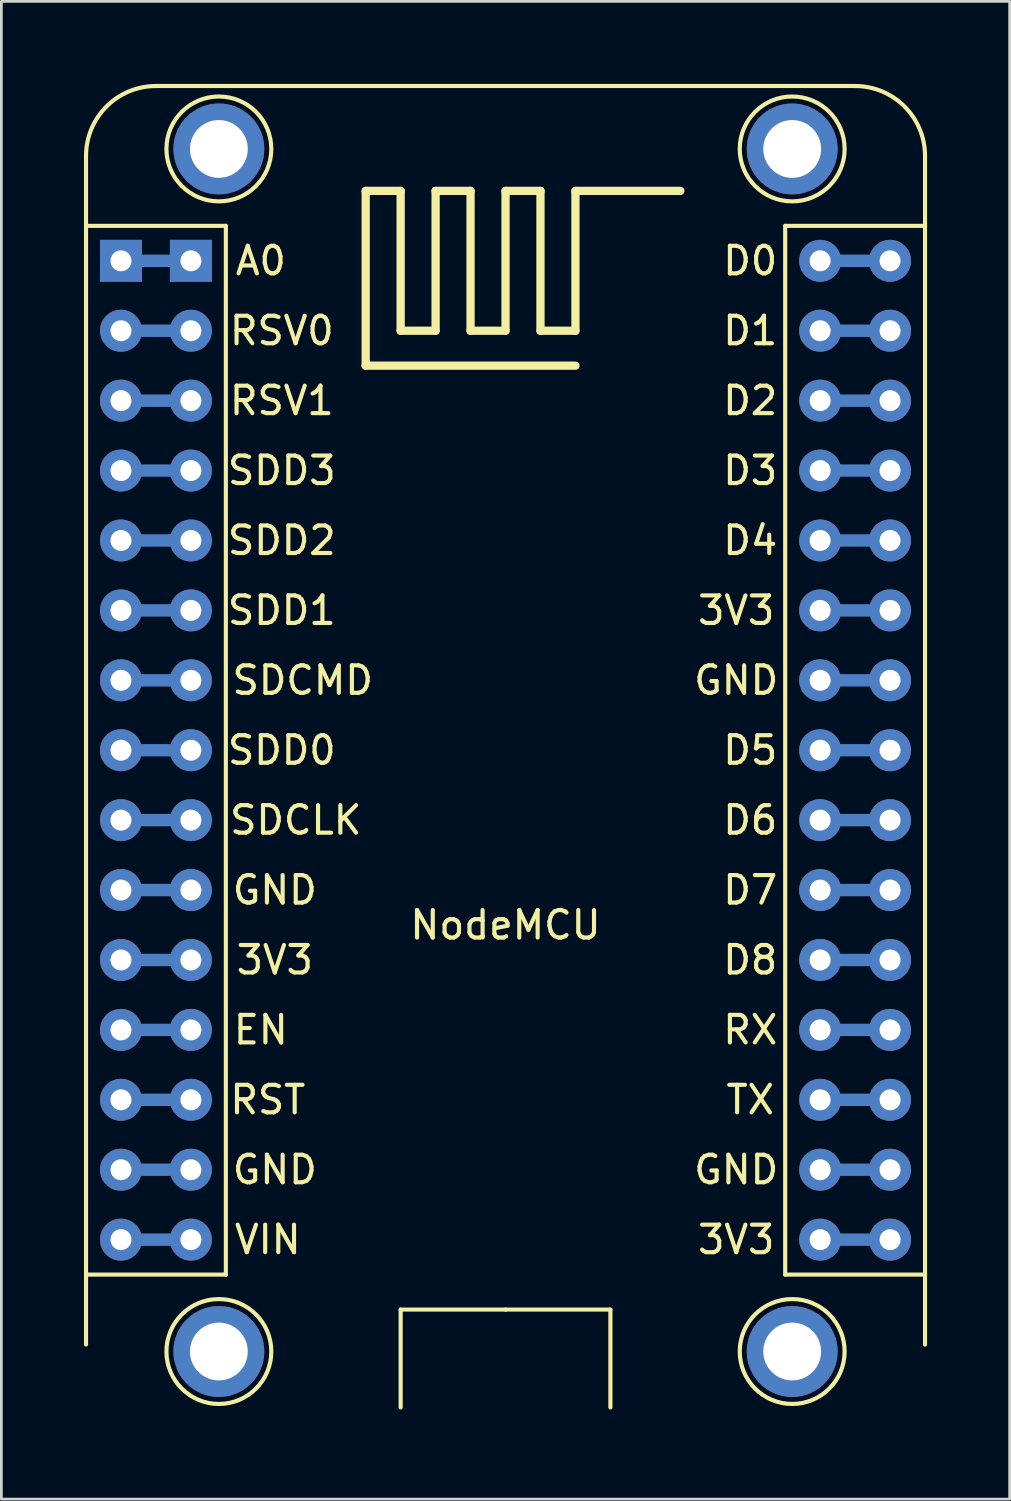
<source format=kicad_pcb>
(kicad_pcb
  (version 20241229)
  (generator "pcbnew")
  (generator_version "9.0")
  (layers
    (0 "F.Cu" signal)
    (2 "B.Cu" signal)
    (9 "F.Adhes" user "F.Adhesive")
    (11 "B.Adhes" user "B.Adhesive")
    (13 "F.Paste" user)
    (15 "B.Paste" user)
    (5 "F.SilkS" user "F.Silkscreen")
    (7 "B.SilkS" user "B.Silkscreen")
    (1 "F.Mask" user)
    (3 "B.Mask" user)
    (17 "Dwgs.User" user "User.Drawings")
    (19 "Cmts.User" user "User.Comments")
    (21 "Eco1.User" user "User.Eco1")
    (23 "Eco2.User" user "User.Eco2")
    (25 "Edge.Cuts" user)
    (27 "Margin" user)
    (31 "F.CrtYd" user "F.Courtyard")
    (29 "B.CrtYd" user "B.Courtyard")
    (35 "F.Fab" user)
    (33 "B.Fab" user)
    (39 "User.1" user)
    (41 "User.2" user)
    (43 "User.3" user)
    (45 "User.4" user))
  (footprint "NodeMCU"
    (layer "F.Cu")
    (at 15.315 25.475)
    (property "Reference" "NodeMCU" (at 0 5.08 0) (layer "F.SilkS") (effects (font (size 1 1) (thickness 0.15))))
    (attr through_hole)
    (fp_line (start -13.335 -19.05) (end -12.065 -19.05) (stroke (width 0.45) (type solid)) (layer "B.Cu"))
    (fp_line (start -13.335 -16.51) (end -12.065 -16.51) (stroke (width 0.45) (type solid)) (layer "B.Cu"))
    (fp_line (start -13.335 -13.97) (end -12.065 -13.97) (stroke (width 0.45) (type solid)) (layer "B.Cu"))
    (fp_line (start -13.335 -11.43) (end -12.065 -11.43) (stroke (width 0.45) (type solid)) (layer "B.Cu"))
    (fp_line (start -13.335 -8.89) (end -12.065 -8.89) (stroke (width 0.45) (type solid)) (layer "B.Cu"))
    (fp_line (start -13.335 -6.35) (end -12.065 -6.35) (stroke (width 0.45) (type solid)) (layer "B.Cu"))
    (fp_line (start -13.335 -3.81) (end -12.065 -3.81) (stroke (width 0.45) (type solid)) (layer "B.Cu"))
    (fp_line (start -13.335 -1.27) (end -12.065 -1.27) (stroke (width 0.45) (type solid)) (layer "B.Cu"))
    (fp_line (start -13.335 1.27) (end -12.065 1.27) (stroke (width 0.45) (type solid)) (layer "B.Cu"))
    (fp_line (start -13.335 3.81) (end -12.065 3.81) (stroke (width 0.45) (type solid)) (layer "B.Cu"))
    (fp_line (start -13.335 6.35) (end -12.065 6.35) (stroke (width 0.45) (type solid)) (layer "B.Cu"))
    (fp_line (start -13.335 8.89) (end -12.065 8.89) (stroke (width 0.45) (type solid)) (layer "B.Cu"))
    (fp_line (start -13.335 11.43) (end -12.065 11.43) (stroke (width 0.45) (type solid)) (layer "B.Cu"))
    (fp_line (start -13.335 13.97) (end -12.065 13.97) (stroke (width 0.45) (type solid)) (layer "B.Cu"))
    (fp_line (start -13.335 16.51) (end -12.065 16.51) (stroke (width 0.45) (type solid)) (layer "B.Cu"))
    (fp_line (start 12.065 -19.05) (end 13.335 -19.05) (stroke (width 0.45) (type solid)) (layer "B.Cu"))
    (fp_line (start 12.065 -16.51) (end 13.335 -16.51) (stroke (width 0.45) (type solid)) (layer "B.Cu"))
    (fp_line (start 12.065 -13.97) (end 13.335 -13.97) (stroke (width 0.45) (type solid)) (layer "B.Cu"))
    (fp_line (start 12.065 -11.43) (end 13.335 -11.43) (stroke (width 0.45) (type solid)) (layer "B.Cu"))
    (fp_line (start 12.065 -8.89) (end 13.335 -8.89) (stroke (width 0.45) (type solid)) (layer "B.Cu"))
    (fp_line (start 12.065 -6.35) (end 13.335 -6.35) (stroke (width 0.45) (type solid)) (layer "B.Cu"))
    (fp_line (start 12.065 -3.81) (end 13.335 -3.81) (stroke (width 0.45) (type solid)) (layer "B.Cu"))
    (fp_line (start 12.065 -1.27) (end 13.335 -1.27) (stroke (width 0.45) (type solid)) (layer "B.Cu"))
    (fp_line (start 12.065 1.27) (end 13.335 1.27) (stroke (width 0.45) (type solid)) (layer "B.Cu"))
    (fp_line (start 12.065 3.81) (end 13.335 3.81) (stroke (width 0.45) (type solid)) (layer "B.Cu"))
    (fp_line (start 12.065 6.35) (end 13.335 6.35) (stroke (width 0.45) (type solid)) (layer "B.Cu"))
    (fp_line (start 12.065 8.89) (end 13.335 8.89) (stroke (width 0.45) (type solid)) (layer "B.Cu"))
    (fp_line (start 12.065 11.43) (end 13.335 11.43) (stroke (width 0.45) (type solid)) (layer "B.Cu"))
    (fp_line (start 12.065 13.97) (end 13.335 13.97) (stroke (width 0.45) (type solid)) (layer "B.Cu"))
    (fp_line (start 12.065 16.51) (end 13.335 16.51) (stroke (width 0.45) (type solid)) (layer "B.Cu"))
    (fp_line (start -15.24 -22.86) (end -15.24 -20.32) (stroke (width 0.15) (type solid)) (layer "F.SilkS"))
    (fp_line (start -15.24 -20.32) (end -15.24 17.78) (stroke (width 0.15) (type solid)) (layer "F.SilkS"))
    (fp_line (start -15.24 17.78) (end -10.16 17.78) (stroke (width 0.15) (type solid)) (layer "F.SilkS"))
    (fp_line (start -15.24 20.32) (end -15.24 17.78) (stroke (width 0.15) (type solid)) (layer "F.SilkS"))
    (fp_line (start -10.16 -20.32) (end -15.24 -20.32) (stroke (width 0.15) (type solid)) (layer "F.SilkS"))
    (fp_line (start -10.16 17.78) (end -10.16 -20.32) (stroke (width 0.15) (type solid)) (layer "F.SilkS"))
    (fp_line (start -5.08 -21.59) (end -5.08 -15.24) (stroke (width 0.3) (type solid)) (layer "F.SilkS"))
    (fp_line (start -5.08 -15.24) (end 2.54 -15.24) (stroke (width 0.3) (type solid)) (layer "F.SilkS"))
    (fp_line (start -3.81 -21.59) (end -5.08 -21.59) (stroke (width 0.3) (type solid)) (layer "F.SilkS"))
    (fp_line (start -3.81 -16.51) (end -3.81 -21.59) (stroke (width 0.3) (type solid)) (layer "F.SilkS"))
    (fp_line (start -3.81 19.05) (end -3.81 22.606) (stroke (width 0.15) (type solid)) (layer "F.SilkS"))
    (fp_line (start -2.54 -21.59) (end -2.54 -16.51) (stroke (width 0.3) (type solid)) (layer "F.SilkS"))
    (fp_line (start -2.54 -16.51) (end -3.81 -16.51) (stroke (width 0.3) (type solid)) (layer "F.SilkS"))
    (fp_line (start -1.27 -21.59) (end -2.54 -21.59) (stroke (width 0.3) (type solid)) (layer "F.SilkS"))
    (fp_line (start -1.27 -16.51) (end -1.27 -21.59) (stroke (width 0.3) (type solid)) (layer "F.SilkS"))
    (fp_line (start 0 -21.59) (end 0 -16.51) (stroke (width 0.3) (type solid)) (layer "F.SilkS"))
    (fp_line (start 0 -16.51) (end -1.27 -16.51) (stroke (width 0.3) (type solid)) (layer "F.SilkS"))
    (fp_line (start 0 19.05) (end -3.81 19.05) (stroke (width 0.15) (type solid)) (layer "F.SilkS"))
    (fp_line (start 0 19.05) (end 3.81 19.05) (stroke (width 0.15) (type solid)) (layer "F.SilkS"))
    (fp_line (start 1.27 -21.59) (end 0 -21.59) (stroke (width 0.3) (type solid)) (layer "F.SilkS"))
    (fp_line (start 1.27 -21.59) (end 1.27 -16.51) (stroke (width 0.3) (type solid)) (layer "F.SilkS"))
    (fp_line (start 1.27 -16.51) (end 2.54 -16.51) (stroke (width 0.3) (type solid)) (layer "F.SilkS"))
    (fp_line (start 2.54 -21.59) (end 6.35 -21.59) (stroke (width 0.3) (type solid)) (layer "F.SilkS"))
    (fp_line (start 2.54 -16.51) (end 2.54 -21.59) (stroke (width 0.3) (type solid)) (layer "F.SilkS"))
    (fp_line (start 3.81 19.05) (end 3.81 22.606) (stroke (width 0.15) (type solid)) (layer "F.SilkS"))
    (fp_line (start 10.16 -20.32) (end 10.16 17.78) (stroke (width 0.15) (type solid)) (layer "F.SilkS"))
    (fp_line (start 10.16 17.78) (end 15.24 17.78) (stroke (width 0.15) (type solid)) (layer "F.SilkS"))
    (fp_line (start 12.7 -25.4) (end -12.7 -25.4) (stroke (width 0.15) (type solid)) (layer "F.SilkS"))
    (fp_line (start 15.24 -22.86) (end 15.24 -20.32) (stroke (width 0.15) (type solid)) (layer "F.SilkS"))
    (fp_line (start 15.24 -20.32) (end 10.16 -20.32) (stroke (width 0.15) (type solid)) (layer "F.SilkS"))
    (fp_line (start 15.24 17.78) (end 15.24 -20.32) (stroke (width 0.15) (type solid)) (layer "F.SilkS"))
    (fp_line (start 15.24 20.32) (end 15.24 17.78) (stroke (width 0.15) (type solid)) (layer "F.SilkS"))
    (fp_arc (start -15.24 -22.86) (mid -14.496051 -24.656051) (end -12.7 -25.4) (stroke (width 0.15) (type solid)) (layer "F.SilkS"))
    (fp_arc (start 12.7 -25.4) (mid 14.496051 -24.656051) (end 15.24 -22.86) (stroke (width 0.15) (type solid)) (layer "F.SilkS"))
    (fp_circle (center -10.414 -23.114) (end -8.509 -23.114) (stroke (width 0.15) (type solid)) (fill no) (layer "F.SilkS"))
    (fp_circle (center -10.414 20.574) (end -8.509 20.574) (stroke (width 0.15) (type solid)) (fill no) (layer "F.SilkS"))
    (fp_circle (center 10.414 -23.114) (end 12.319 -23.114) (stroke (width 0.15) (type solid)) (fill no) (layer "F.SilkS"))
    (fp_circle (center 10.414 20.574) (end 12.319 20.574) (stroke (width 0.15) (type solid)) (fill no) (layer "F.SilkS"))
    (fp_line (start -12.7 22.86) (end 12.7 22.86) (stroke (width 0.15) (type solid)) (layer "Eco1.User"))
    (fp_arc (start -12.7 22.86) (mid -14.496051 22.116051) (end -15.24 20.32) (stroke (width 0.15) (type solid)) (layer "Eco1.User"))
    (fp_arc (start 15.24 20.32) (mid 14.496051 22.116051) (end 12.7 22.86) (stroke (width 0.15) (type solid)) (layer "Eco1.User"))
    (fp_text user "SDD1" (at -8.128 -6.35 0) (layer "F.SilkS") (effects (font (size 1 1) (thickness 0.15))))
    (fp_text user "RSV0" (at -8.128 -16.51 0) (layer "F.SilkS") (effects (font (size 1 1) (thickness 0.15))))
    (fp_text user "RSV1" (at -8.128 -13.97 0) (layer "F.SilkS") (effects (font (size 1 1) (thickness 0.15))))
    (fp_text user "3V3" (at 8.382 16.51 0) (layer "F.SilkS") (effects (font (size 1 1) (thickness 0.15))))
    (fp_text user "D6" (at 8.89 1.27 0) (layer "F.SilkS") (effects (font (size 1 1) (thickness 0.15))))
    (fp_text user "SDCLK" (at -7.62 1.27 0) (layer "F.SilkS") (effects (font (size 1 1) (thickness 0.15))))
    (fp_text user "GND" (at -8.382 3.81 0) (layer "F.SilkS") (effects (font (size 1 1) (thickness 0.15))))
    (fp_text user "D1" (at 8.89 -16.51 0) (layer "F.SilkS") (effects (font (size 1 1) (thickness 0.15))))
    (fp_text user "D3" (at 8.89 -11.43 0) (layer "F.SilkS") (effects (font (size 1 1) (thickness 0.15))))
    (fp_text user "3V3" (at -8.382 6.35 0) (layer "F.SilkS") (effects (font (size 1 1) (thickness 0.15))))
    (fp_text user "VIN" (at -8.636 16.51 0) (layer "F.SilkS") (effects (font (size 1 1) (thickness 0.15))))
    (fp_text user "EN" (at -8.89 8.89 0) (layer "F.SilkS") (effects (font (size 1 1) (thickness 0.15))))
    (fp_text user "D8" (at 8.89 6.35 0) (layer "F.SilkS") (effects (font (size 1 1) (thickness 0.15))))
    (fp_text user "D2" (at 8.89 -13.97 0) (layer "F.SilkS") (effects (font (size 1 1) (thickness 0.15))))
    (fp_text user "SDD3" (at -8.128 -11.43 0) (layer "F.SilkS") (effects (font (size 1 1) (thickness 0.15))))
    (fp_text user "GND" (at 8.382 -3.81 0) (layer "F.SilkS") (effects (font (size 1 1) (thickness 0.15))))
    (fp_text user "D4" (at 8.89 -8.89 0) (layer "F.SilkS") (effects (font (size 1 1) (thickness 0.15))))
    (fp_text user "GND" (at -8.382 13.97 0) (layer "F.SilkS") (effects (font (size 1 1) (thickness 0.15))))
    (fp_text user "RST" (at -8.636 11.43 0) (layer "F.SilkS") (effects (font (size 1 1) (thickness 0.15))))
    (fp_text user "D5" (at 8.89 -1.27 0) (layer "F.SilkS") (effects (font (size 1 1) (thickness 0.15))))
    (fp_text user "3V3" (at 8.382 -6.35 0) (layer "F.SilkS") (effects (font (size 1 1) (thickness 0.15))))
    (fp_text user "RX" (at 8.89 8.89 0) (layer "F.SilkS") (effects (font (size 1 1) (thickness 0.15))))
    (fp_text user "SDD0" (at -8.128 -1.27 0) (layer "F.SilkS") (effects (font (size 1 1) (thickness 0.15))))
    (fp_text user "D0" (at 8.89 -19.05 0) (layer "F.SilkS") (effects (font (size 1 1) (thickness 0.15))))
    (fp_text user "TX" (at 8.89 11.43 0) (layer "F.SilkS") (effects (font (size 1 1) (thickness 0.15))))
    (fp_text user "D7" (at 8.89 3.81 0) (layer "F.SilkS") (effects (font (size 1 1) (thickness 0.15))))
    (fp_text user "GND" (at 8.382 13.97 0) (layer "F.SilkS") (effects (font (size 1 1) (thickness 0.15))))
    (fp_text user "SDD2" (at -8.128 -8.89 0) (layer "F.SilkS") (effects (font (size 1 1) (thickness 0.15))))
    (fp_text user "SDCMD" (at -7.366 -3.81 0) (layer "F.SilkS") (effects (font (size 1 1) (thickness 0.15))))
    (fp_text user "A0" (at -8.89 -19.05 0) (layer "F.SilkS") (effects (font (size 1 1) (thickness 0.15))))
    (pad "" np_thru_hole circle (at -10.414 -23.114) (size 3.3 3.3) (drill 2.1) (layers "*.Cu" "*.Mask"))
    (pad "" np_thru_hole circle (at -10.414 20.574) (size 3.3 3.3) (drill 2.1) (layers "*.Cu" "*.Mask"))
    (pad "" np_thru_hole circle (at 10.414 -23.114) (size 3.3 3.3) (drill 2.1) (layers "*.Cu" "*.Mask"))
    (pad "" np_thru_hole circle (at 10.414 20.574) (size 3.3 3.3) (drill 2.1) (layers "*.Cu" "*.Mask"))
    (pad "1" thru_hole rect (at -13.97 -19.05) (size 1.524 1.524) (drill 0.762) (layers "*.Cu" "*.Mask"))
    (pad "1" thru_hole rect (at -11.43 -19.05) (size 1.524 1.524) (drill 0.762) (layers "*.Cu" "*.Mask"))
    (pad "2" thru_hole circle (at -13.97 -16.51) (size 1.524 1.524) (drill 0.762) (layers "*.Cu" "*.Mask"))
    (pad "2" thru_hole circle (at -11.43 -16.51) (size 1.524 1.524) (drill 0.762) (layers "*.Cu" "*.Mask"))
    (pad "3" thru_hole circle (at -13.97 -13.97) (size 1.524 1.524) (drill 0.762) (layers "*.Cu" "*.Mask"))
    (pad "3" thru_hole circle (at -11.43 -13.97) (size 1.524 1.524) (drill 0.762) (layers "*.Cu" "*.Mask"))
    (pad "4" thru_hole circle (at -13.97 -11.43) (size 1.524 1.524) (drill 0.762) (layers "*.Cu" "*.Mask"))
    (pad "4" thru_hole circle (at -11.43 -11.43) (size 1.524 1.524) (drill 0.762) (layers "*.Cu" "*.Mask"))
    (pad "5" thru_hole circle (at -13.97 -8.89) (size 1.524 1.524) (drill 0.762) (layers "*.Cu" "*.Mask"))
    (pad "5" thru_hole circle (at -11.43 -8.89) (size 1.524 1.524) (drill 0.762) (layers "*.Cu" "*.Mask"))
    (pad "6" thru_hole circle (at -13.97 -6.35) (size 1.524 1.524) (drill 0.762) (layers "*.Cu" "*.Mask"))
    (pad "6" thru_hole circle (at -11.43 -6.35) (size 1.524 1.524) (drill 0.762) (layers "*.Cu" "*.Mask"))
    (pad "7" thru_hole circle (at -13.97 -3.81) (size 1.524 1.524) (drill 0.762) (layers "*.Cu" "*.Mask"))
    (pad "7" thru_hole circle (at -11.43 -3.81) (size 1.524 1.524) (drill 0.762) (layers "*.Cu" "*.Mask"))
    (pad "8" thru_hole circle (at -13.97 -1.27) (size 1.524 1.524) (drill 0.762) (layers "*.Cu" "*.Mask"))
    (pad "8" thru_hole circle (at -11.43 -1.27) (size 1.524 1.524) (drill 0.762) (layers "*.Cu" "*.Mask"))
    (pad "9" thru_hole circle (at -13.97 1.27) (size 1.524 1.524) (drill 0.762) (layers "*.Cu" "*.Mask"))
    (pad "9" thru_hole circle (at -11.43 1.27) (size 1.524 1.524) (drill 0.762) (layers "*.Cu" "*.Mask"))
    (pad "10" thru_hole circle (at -13.97 3.81) (size 1.524 1.524) (drill 0.762) (layers "*.Cu" "*.Mask"))
    (pad "10" thru_hole circle (at -11.43 3.81) (size 1.524 1.524) (drill 0.762) (layers "*.Cu" "*.Mask"))
    (pad "11" thru_hole circle (at -13.97 6.35) (size 1.524 1.524) (drill 0.762) (layers "*.Cu" "*.Mask"))
    (pad "11" thru_hole circle (at -11.43 6.35) (size 1.524 1.524) (drill 0.762) (layers "*.Cu" "*.Mask"))
    (pad "12" thru_hole circle (at -13.97 8.89) (size 1.524 1.524) (drill 0.762) (layers "*.Cu" "*.Mask"))
    (pad "12" thru_hole circle (at -11.43 8.89) (size 1.524 1.524) (drill 0.762) (layers "*.Cu" "*.Mask"))
    (pad "13" thru_hole circle (at -13.97 11.43) (size 1.524 1.524) (drill 0.762) (layers "*.Cu" "*.Mask"))
    (pad "13" thru_hole circle (at -11.43 11.43) (size 1.524 1.524) (drill 0.762) (layers "*.Cu" "*.Mask"))
    (pad "14" thru_hole circle (at -13.97 13.97) (size 1.524 1.524) (drill 0.762) (layers "*.Cu" "*.Mask"))
    (pad "14" thru_hole circle (at -11.43 13.97) (size 1.524 1.524) (drill 0.762) (layers "*.Cu" "*.Mask"))
    (pad "15" thru_hole circle (at -13.97 16.51) (size 1.524 1.524) (drill 0.762) (layers "*.Cu" "*.Mask"))
    (pad "15" thru_hole circle (at -11.43 16.51) (size 1.524 1.524) (drill 0.762) (layers "*.Cu" "*.Mask"))
    (pad "16" thru_hole circle (at 11.43 16.51) (size 1.524 1.524) (drill 0.762) (layers "*.Cu" "*.Mask"))
    (pad "16" thru_hole circle (at 13.97 16.51) (size 1.524 1.524) (drill 0.762) (layers "*.Cu" "*.Mask"))
    (pad "17" thru_hole circle (at 11.43 13.97) (size 1.524 1.524) (drill 0.762) (layers "*.Cu" "*.Mask"))
    (pad "17" thru_hole circle (at 13.97 13.97) (size 1.524 1.524) (drill 0.762) (layers "*.Cu" "*.Mask"))
    (pad "18" thru_hole circle (at 11.43 11.43) (size 1.524 1.524) (drill 0.762) (layers "*.Cu" "*.Mask"))
    (pad "18" thru_hole circle (at 13.97 11.43) (size 1.524 1.524) (drill 0.762) (layers "*.Cu" "*.Mask"))
    (pad "19" thru_hole circle (at 11.43 8.89) (size 1.524 1.524) (drill 0.762) (layers "*.Cu" "*.Mask"))
    (pad "19" thru_hole circle (at 13.97 8.89) (size 1.524 1.524) (drill 0.762) (layers "*.Cu" "*.Mask"))
    (pad "20" thru_hole circle (at 11.43 6.35) (size 1.524 1.524) (drill 0.762) (layers "*.Cu" "*.Mask"))
    (pad "20" thru_hole circle (at 13.97 6.35) (size 1.524 1.524) (drill 0.762) (layers "*.Cu" "*.Mask"))
    (pad "21" thru_hole circle (at 11.43 3.81) (size 1.524 1.524) (drill 0.762) (layers "*.Cu" "*.Mask"))
    (pad "21" thru_hole circle (at 13.97 3.81) (size 1.524 1.524) (drill 0.762) (layers "*.Cu" "*.Mask"))
    (pad "22" thru_hole circle (at 11.43 1.27) (size 1.524 1.524) (drill 0.762) (layers "*.Cu" "*.Mask"))
    (pad "22" thru_hole circle (at 13.97 1.27) (size 1.524 1.524) (drill 0.762) (layers "*.Cu" "*.Mask"))
    (pad "23" thru_hole circle (at 11.43 -1.27) (size 1.524 1.524) (drill 0.762) (layers "*.Cu" "*.Mask"))
    (pad "23" thru_hole circle (at 13.97 -1.27) (size 1.524 1.524) (drill 0.762) (layers "*.Cu" "*.Mask"))
    (pad "24" thru_hole circle (at 11.43 -3.81) (size 1.524 1.524) (drill 0.762) (layers "*.Cu" "*.Mask"))
    (pad "24" thru_hole circle (at 13.97 -3.81) (size 1.524 1.524) (drill 0.762) (layers "*.Cu" "*.Mask"))
    (pad "25" thru_hole circle (at 11.43 -6.35) (size 1.524 1.524) (drill 0.762) (layers "*.Cu" "*.Mask"))
    (pad "25" thru_hole circle (at 13.97 -6.35) (size 1.524 1.524) (drill 0.762) (layers "*.Cu" "*.Mask"))
    (pad "26" thru_hole circle (at 11.43 -8.89) (size 1.524 1.524) (drill 0.762) (layers "*.Cu" "*.Mask"))
    (pad "26" thru_hole circle (at 13.97 -8.89) (size 1.524 1.524) (drill 0.762) (layers "*.Cu" "*.Mask"))
    (pad "27" thru_hole circle (at 11.43 -11.43) (size 1.524 1.524) (drill 0.762) (layers "*.Cu" "*.Mask"))
    (pad "27" thru_hole circle (at 13.97 -11.43) (size 1.524 1.524) (drill 0.762) (layers "*.Cu" "*.Mask"))
    (pad "28" thru_hole circle (at 11.43 -13.97) (size 1.524 1.524) (drill 0.762) (layers "*.Cu" "*.Mask"))
    (pad "28" thru_hole circle (at 13.97 -13.97) (size 1.524 1.524) (drill 0.762) (layers "*.Cu" "*.Mask"))
    (pad "29" thru_hole circle (at 11.43 -16.51) (size 1.524 1.524) (drill 0.762) (layers "*.Cu" "*.Mask"))
    (pad "29" thru_hole circle (at 13.97 -16.51) (size 1.524 1.524) (drill 0.762) (layers "*.Cu" "*.Mask"))
    (pad "30" thru_hole circle (at 11.43 -19.05) (size 1.524 1.524) (drill 0.762) (layers "*.Cu" "*.Mask"))
    (pad "30" thru_hole circle (at 13.97 -19.05) (size 1.524 1.524) (drill 0.762) (layers "*.Cu" "*.Mask")))
  (gr_rect
    (start -3 -3)
    (end 33.63 51.41)
    (stroke (width 0.1) (type default))
    (fill no)
    (layer "Edge.Cuts")))
</source>
